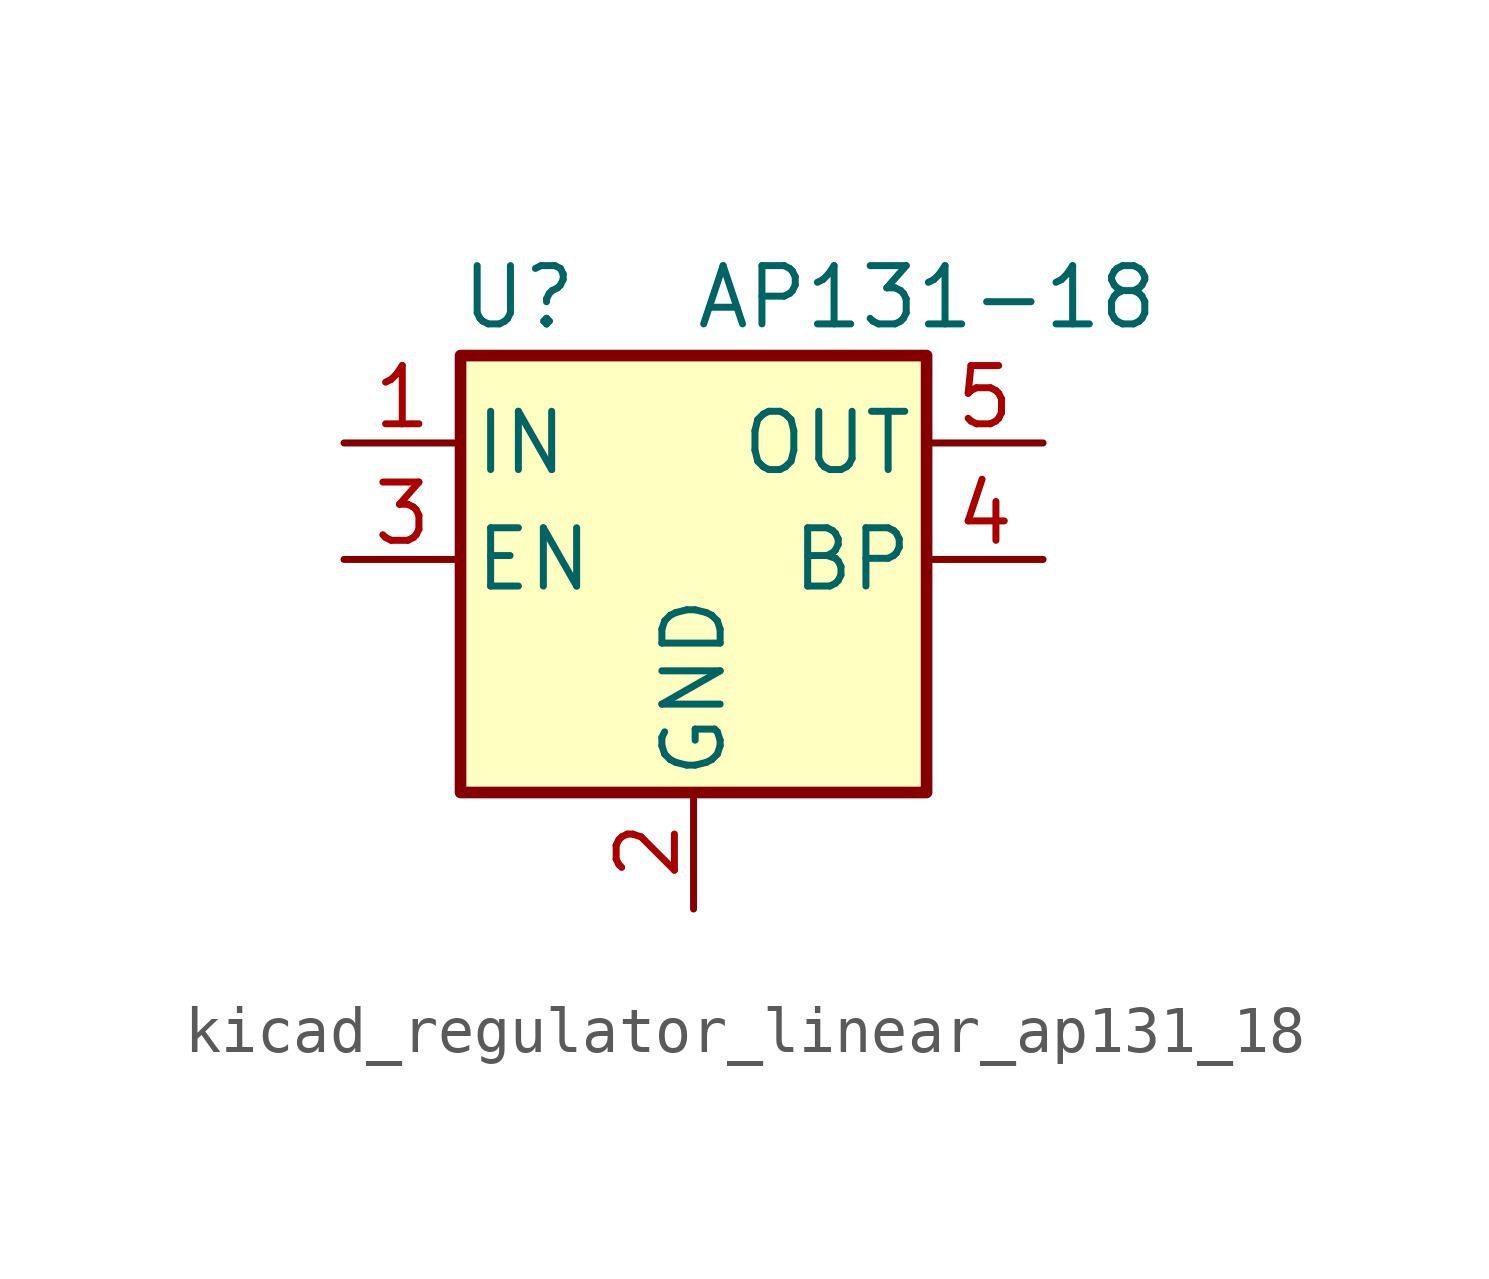
<source format=kicad_sym>
(kicad_symbol_lib
  (version 20220914)
  (generator kicad_symbol_editor)
  (symbol "kicad_regulator_linear_ap131_18"
    (pin_names
      (offset 0.254))
    (property "Reference" "U"
      (at -3.81 5.715 0)
      (effects (font (size 1.27 1.27))))
    (property "Value" "AP131-18"
      (at 0 5.715 0)
      (effects (font (size 1.27 1.27)) (justify left)))
    (symbol "kicad_regulator_linear_ap131_18_0_1"
      (rectangle (start -5.08 4.445) (end 5.08 -5.08) (stroke (width 0.254) (type default)) (fill (type background))))
    (symbol "kicad_regulator_linear_ap131_18_1_1"
      (pin power_in line (at -7.62 2.54 0) (length 2.54) (name "IN" (effects (font (size 1.27 1.27)))) (number "1" (effects (font (size 1.27 1.27)))))
      (pin power_in line (at 0 -7.62 90) (length 2.54) (name "GND" (effects (font (size 1.27 1.27)))) (number "2" (effects (font (size 1.27 1.27)))))
      (pin input line (at -7.62 0 0) (length 2.54) (name "EN" (effects (font (size 1.27 1.27)))) (number "3" (effects (font (size 1.27 1.27)))))
      (pin input line (at 7.62 0 180) (length 2.54) (name "BP" (effects (font (size 1.27 1.27)))) (number "4" (effects (font (size 1.27 1.27)))))
      (pin power_out line (at 7.62 2.54 180) (length 2.54) (name "OUT" (effects (font (size 1.27 1.27)))) (number "5" (effects (font (size 1.27 1.27))))))))
</source>
